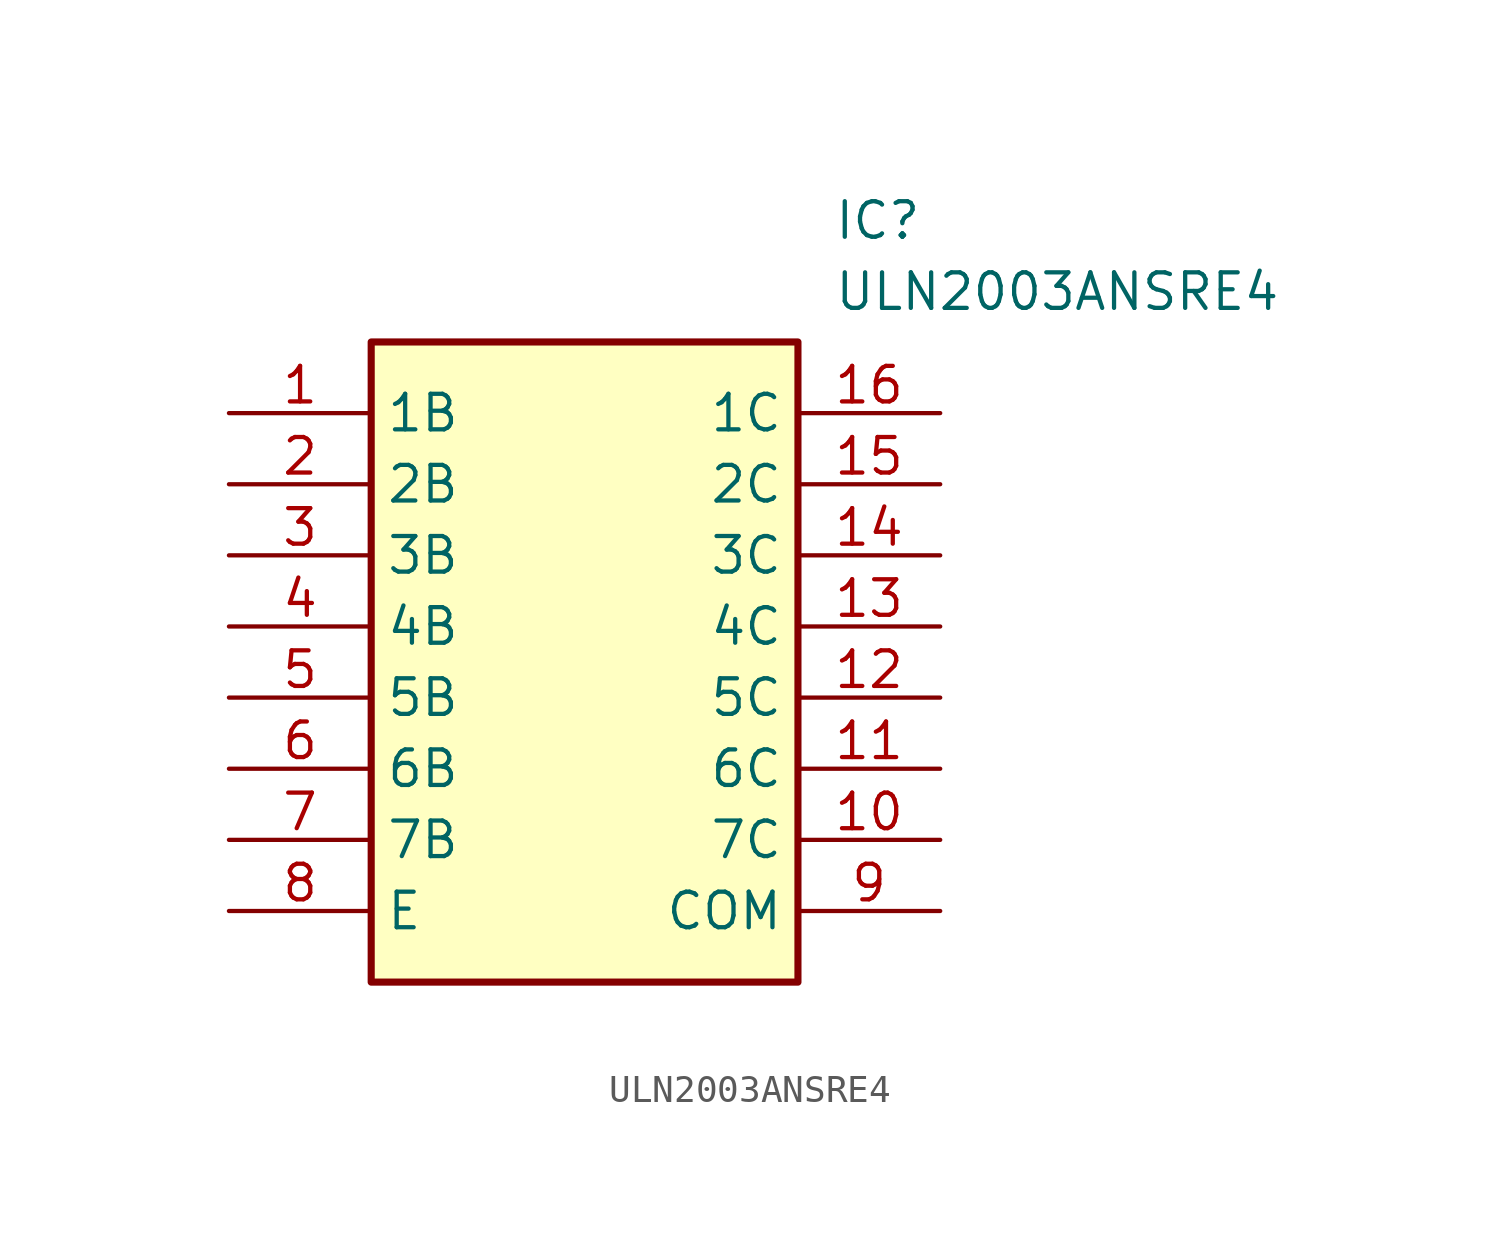
<source format=kicad_sym>
(kicad_symbol_lib
  (version 20231120)
  (generator "kicad_symbol_editor")
  (generator_version "8.0")
  (symbol "ULN2003ANSRE4"
    (property "Reference" "IC"
      (at 21.59 7.62 0)
      (effects (font (size 1.27 1.27)) (justify left top)))
    (property "Value" "ULN2003ANSRE4"
      (at 21.59 5.08 0)
      (effects (font (size 1.27 1.27)) (justify left top)))
    (symbol "ULN2003ANSRE4_1_1"
      (rectangle (start 5.08 2.54) (end 20.32 -20.32) (stroke (width 0.254) (type default)) (fill (type background)))
      (pin passive line (at 0 0 0) (length 5.08) (name "1B" (effects (font (size 1.27 1.27)))) (number "1" (effects (font (size 1.27 1.27)))))
      (pin passive line (at 25.4 -15.24 180) (length 5.08) (name "7C" (effects (font (size 1.27 1.27)))) (number "10" (effects (font (size 1.27 1.27)))))
      (pin passive line (at 25.4 -12.7 180) (length 5.08) (name "6C" (effects (font (size 1.27 1.27)))) (number "11" (effects (font (size 1.27 1.27)))))
      (pin passive line (at 25.4 -10.16 180) (length 5.08) (name "5C" (effects (font (size 1.27 1.27)))) (number "12" (effects (font (size 1.27 1.27)))))
      (pin passive line (at 25.4 -7.62 180) (length 5.08) (name "4C" (effects (font (size 1.27 1.27)))) (number "13" (effects (font (size 1.27 1.27)))))
      (pin passive line (at 25.4 -5.08 180) (length 5.08) (name "3C" (effects (font (size 1.27 1.27)))) (number "14" (effects (font (size 1.27 1.27)))))
      (pin passive line (at 25.4 -2.54 180) (length 5.08) (name "2C" (effects (font (size 1.27 1.27)))) (number "15" (effects (font (size 1.27 1.27)))))
      (pin passive line (at 25.4 0 180) (length 5.08) (name "1C" (effects (font (size 1.27 1.27)))) (number "16" (effects (font (size 1.27 1.27)))))
      (pin passive line (at 0 -2.54 0) (length 5.08) (name "2B" (effects (font (size 1.27 1.27)))) (number "2" (effects (font (size 1.27 1.27)))))
      (pin passive line (at 0 -5.08 0) (length 5.08) (name "3B" (effects (font (size 1.27 1.27)))) (number "3" (effects (font (size 1.27 1.27)))))
      (pin passive line (at 0 -7.62 0) (length 5.08) (name "4B" (effects (font (size 1.27 1.27)))) (number "4" (effects (font (size 1.27 1.27)))))
      (pin passive line (at 0 -10.16 0) (length 5.08) (name "5B" (effects (font (size 1.27 1.27)))) (number "5" (effects (font (size 1.27 1.27)))))
      (pin passive line (at 0 -12.7 0) (length 5.08) (name "6B" (effects (font (size 1.27 1.27)))) (number "6" (effects (font (size 1.27 1.27)))))
      (pin passive line (at 0 -15.24 0) (length 5.08) (name "7B" (effects (font (size 1.27 1.27)))) (number "7" (effects (font (size 1.27 1.27)))))
      (pin passive line (at 0 -17.78 0) (length 5.08) (name "E" (effects (font (size 1.27 1.27)))) (number "8" (effects (font (size 1.27 1.27)))))
      (pin passive line (at 25.4 -17.78 180) (length 5.08) (name "COM" (effects (font (size 1.27 1.27)))) (number "9" (effects (font (size 1.27 1.27))))))))
</source>
